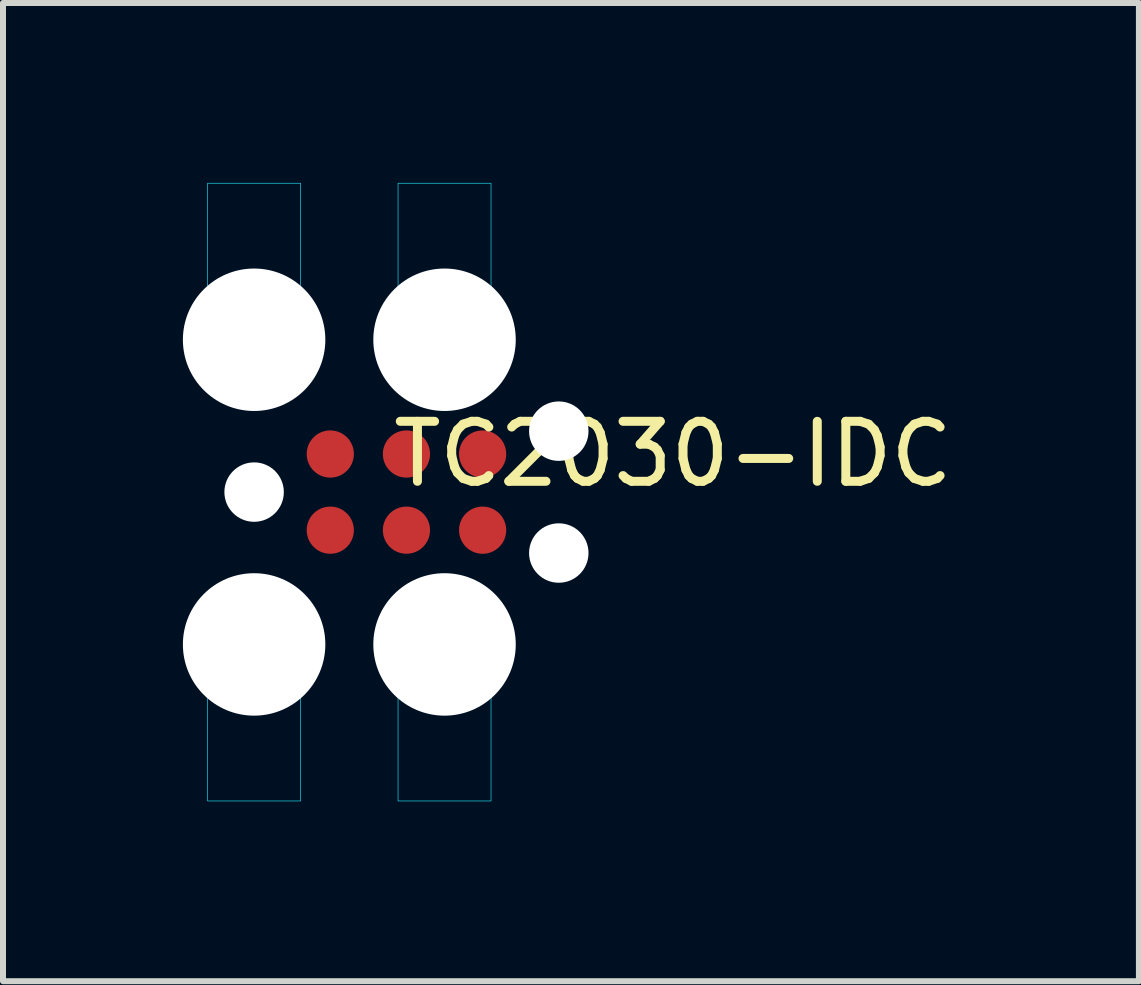
<source format=kicad_pcb>
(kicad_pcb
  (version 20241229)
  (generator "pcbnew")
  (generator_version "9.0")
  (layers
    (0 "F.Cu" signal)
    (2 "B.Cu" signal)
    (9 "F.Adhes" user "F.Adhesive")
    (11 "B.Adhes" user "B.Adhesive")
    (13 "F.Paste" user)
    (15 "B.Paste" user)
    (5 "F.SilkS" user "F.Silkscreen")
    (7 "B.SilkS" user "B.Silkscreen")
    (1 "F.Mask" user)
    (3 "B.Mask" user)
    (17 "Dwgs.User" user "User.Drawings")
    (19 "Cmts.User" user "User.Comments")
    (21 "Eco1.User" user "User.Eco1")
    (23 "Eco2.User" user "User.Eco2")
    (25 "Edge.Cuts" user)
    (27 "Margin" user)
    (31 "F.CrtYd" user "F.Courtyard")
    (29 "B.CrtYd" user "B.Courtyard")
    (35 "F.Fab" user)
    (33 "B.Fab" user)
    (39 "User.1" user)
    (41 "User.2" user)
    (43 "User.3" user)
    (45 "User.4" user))
  (footprint "TC2030-IDC"
    (layer "F.Cu")
    (at 3.727 5.155)
    (property "Reference" "TC2030-IDC" (at 4.445 -0.635 180) (layer "F.SilkS") (effects (font (size 1 1) (thickness 0.15))))
    (attr through_hole)
    (fp_poly (pts (xy -3.315 -5.15) (xy -1.765 -5.15) (xy -1.765 -2.54) (xy -3.315 -2.54)) (stroke (width 0.01) (type solid)) (fill no) (layer "B.CrtYd"))
    (fp_poly (pts (xy -3.315 2.54) (xy -1.765 2.54) (xy -1.765 5.15) (xy -3.315 5.15)) (stroke (width 0.01) (type solid)) (fill no) (layer "B.CrtYd"))
    (fp_poly (pts (xy -0.14 -5.15) (xy 1.41 -5.15) (xy 1.41 -2.54) (xy -0.14 -2.54)) (stroke (width 0.01) (type solid)) (fill no) (layer "B.CrtYd"))
    (fp_poly (pts (xy -0.14 2.54) (xy 1.41 2.54) (xy 1.41 5.15) (xy -0.14 5.15)) (stroke (width 0.01) (type solid)) (fill no) (layer "B.CrtYd"))
    (pad "" np_thru_hole circle (at -2.54 -2.54) (size 2.375 2.375) (drill 2.375) (layers "*.Cu" "*.Mask"))
    (pad "" np_thru_hole circle (at -2.54 0) (size 0.991 0.991) (drill 0.991) (layers "*.Cu" "*.Mask"))
    (pad "" np_thru_hole circle (at -2.54 2.54) (size 2.375 2.375) (drill 2.375) (layers "*.Cu" "*.Mask"))
    (pad "" np_thru_hole circle (at 0.635 -2.54) (size 2.375 2.375) (drill 2.375) (layers "*.Cu" "*.Mask"))
    (pad "" np_thru_hole circle (at 0.635 2.54) (size 2.375 2.375) (drill 2.375) (layers "*.Cu" "*.Mask"))
    (pad "" np_thru_hole circle (at 2.54 -1.016) (size 0.991 0.991) (drill 0.991) (layers "*.Cu" "*.Mask"))
    (pad "" np_thru_hole circle (at 2.54 1.016) (size 0.991 0.991) (drill 0.991) (layers "*.Cu" "*.Mask"))
    (pad "1" smd circle (at -1.27 0.635) (size 0.787 0.787) (layers "F.Cu" "F.Mask" "F.Paste"))
    (pad "2" smd circle (at -1.27 -0.635) (size 0.787 0.787) (layers "F.Cu" "F.Mask" "F.Paste"))
    (pad "3" smd circle (at 0 0.635) (size 0.787 0.787) (layers "F.Cu" "F.Mask" "F.Paste"))
    (pad "4" smd circle (at 0 -0.635) (size 0.787 0.787) (layers "F.Cu" "F.Mask" "F.Paste"))
    (pad "5" smd circle (at 1.27 0.635) (size 0.787 0.787) (layers "F.Cu" "F.Mask" "F.Paste"))
    (pad "6" smd circle (at 1.27 -0.635) (size 0.787 0.787) (layers "F.Cu" "F.Mask" "F.Paste"))
    (zone (net_name "") (layer "F.Cu") (hatch full 0.508) (connect_pads) (min_thickness 0.01) (filled_areas_thickness no) (keepout (tracks not_allowed) (vias not_allowed) (pads not_allowed) (copperpour not_allowed) (footprints allowed)) (placement (enabled no)) (fill) (polygon (pts (xy 2.457 4.52) (xy 4.997 4.52) (xy 4.997 5.79) (xy 2.457 5.79)))))
  (gr_rect
    (start -3 -3)
    (end 15.94 13.31)
    (stroke (width 0.1) (type default))
    (fill no)
    (layer "Edge.Cuts")))
</source>
